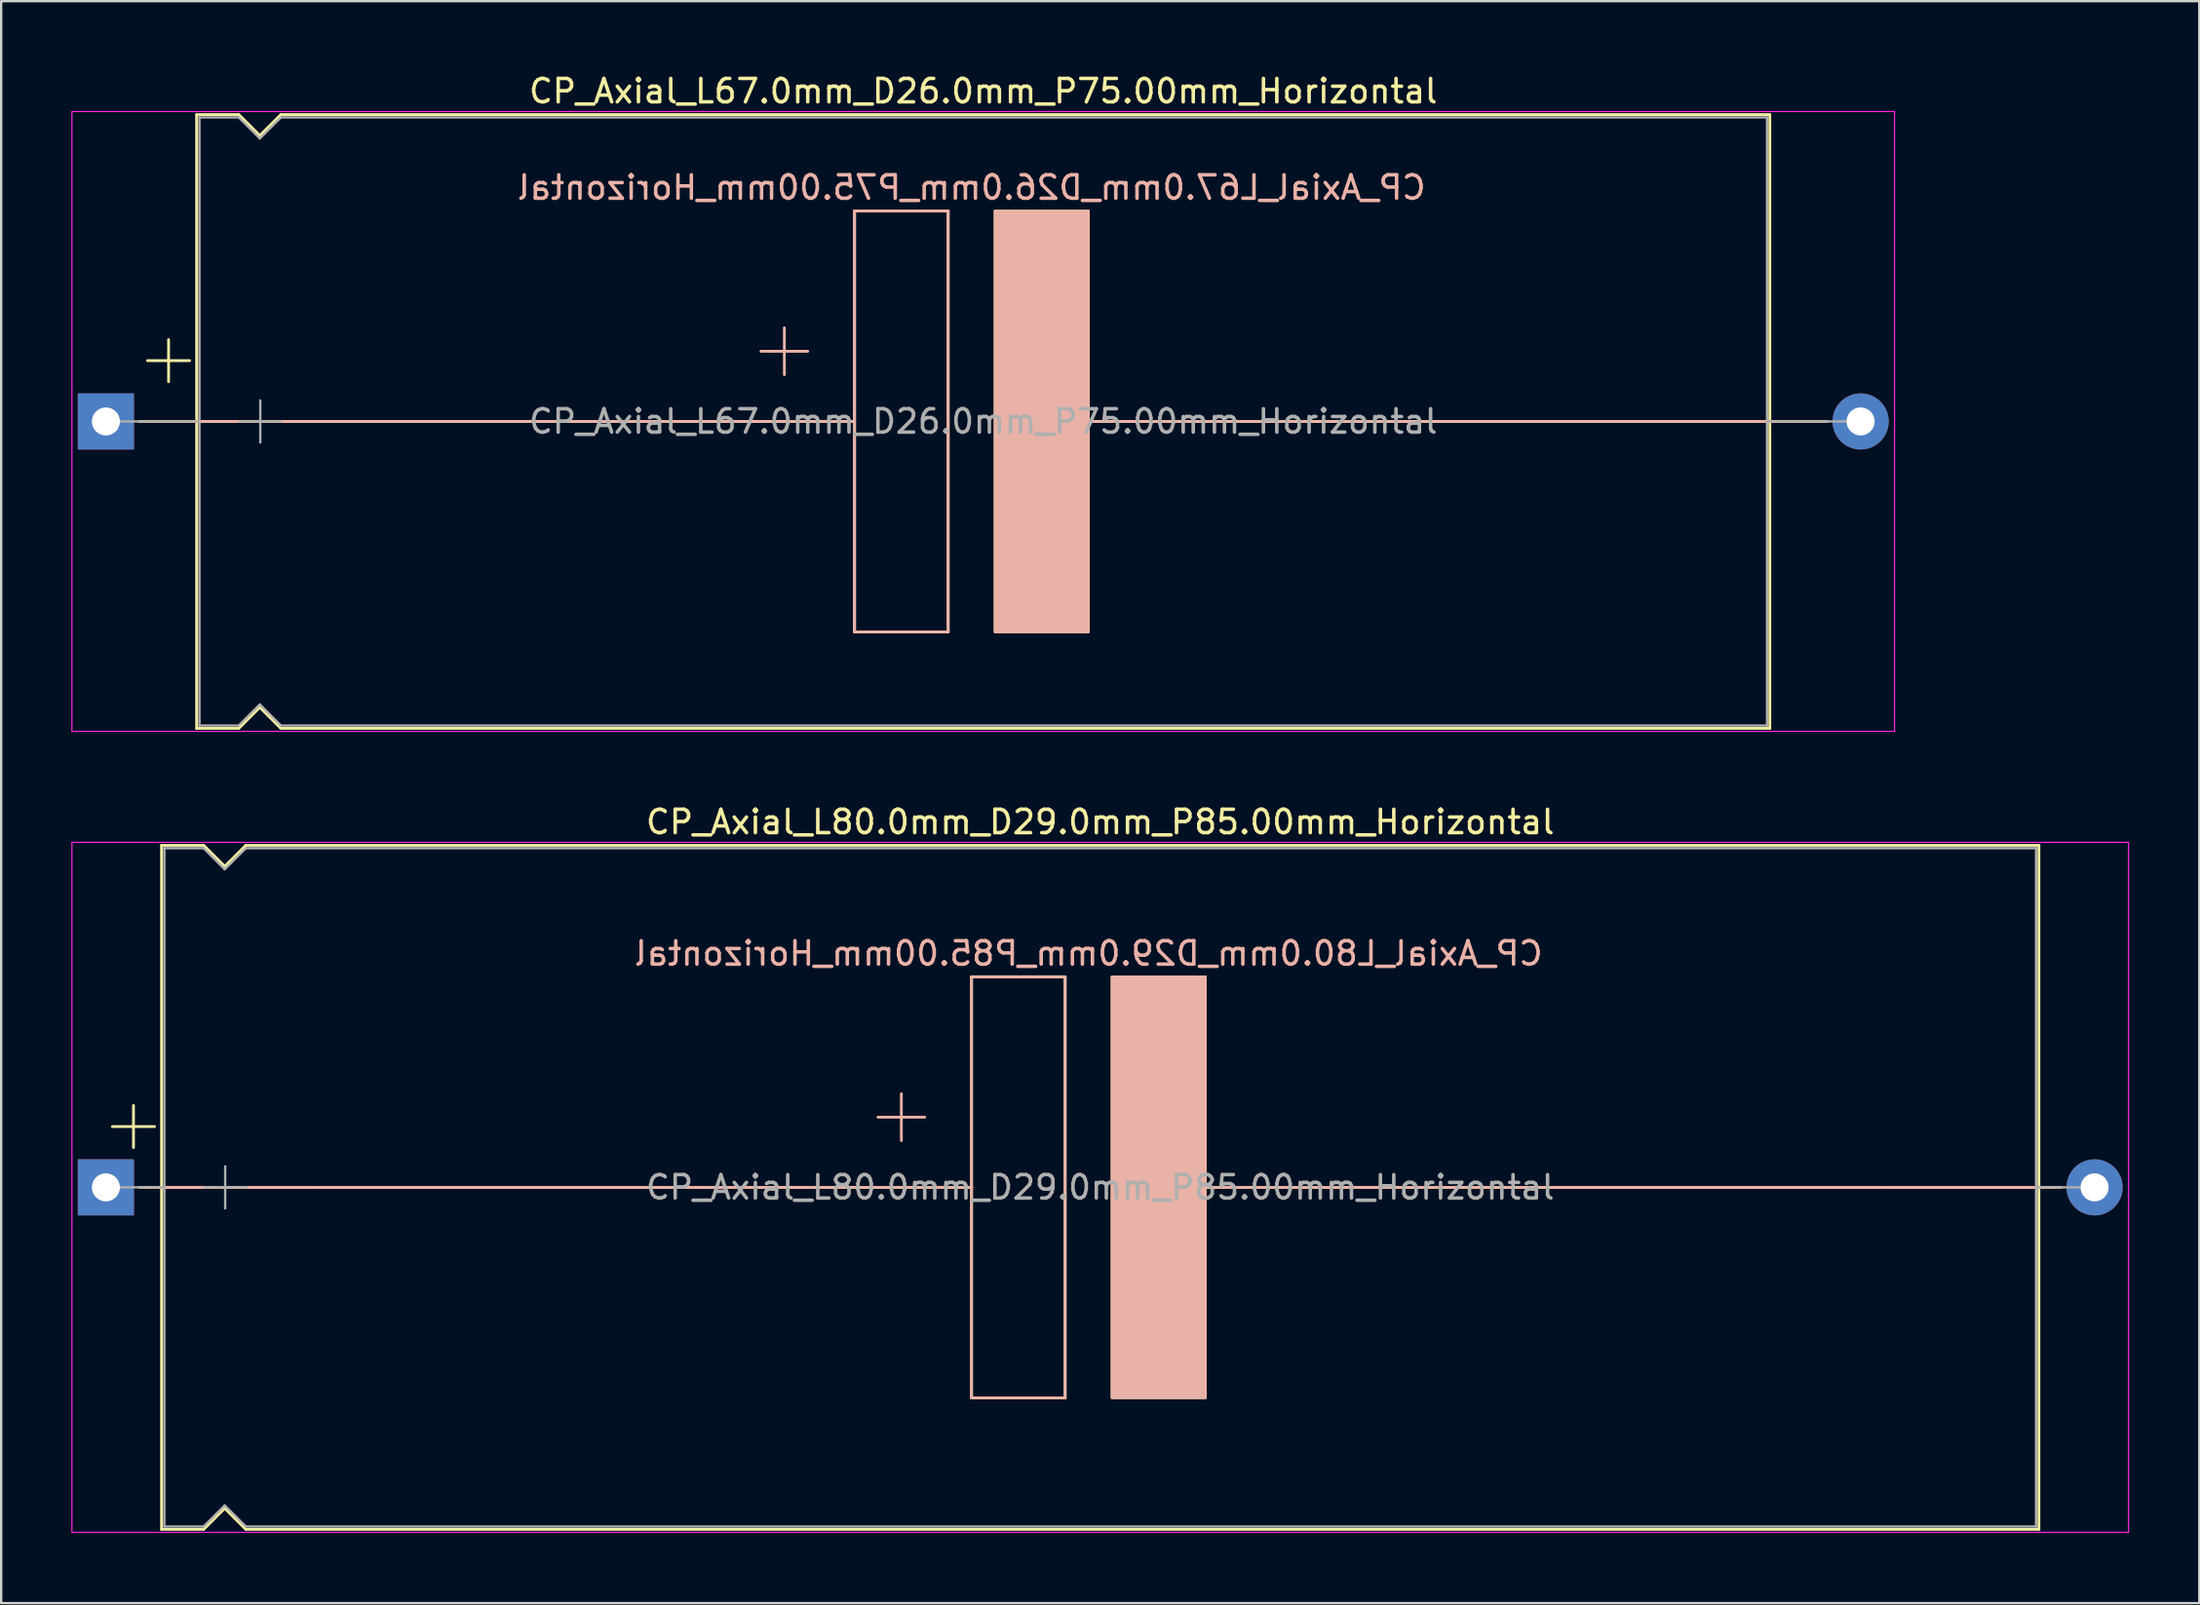
<source format=kicad_pcb>
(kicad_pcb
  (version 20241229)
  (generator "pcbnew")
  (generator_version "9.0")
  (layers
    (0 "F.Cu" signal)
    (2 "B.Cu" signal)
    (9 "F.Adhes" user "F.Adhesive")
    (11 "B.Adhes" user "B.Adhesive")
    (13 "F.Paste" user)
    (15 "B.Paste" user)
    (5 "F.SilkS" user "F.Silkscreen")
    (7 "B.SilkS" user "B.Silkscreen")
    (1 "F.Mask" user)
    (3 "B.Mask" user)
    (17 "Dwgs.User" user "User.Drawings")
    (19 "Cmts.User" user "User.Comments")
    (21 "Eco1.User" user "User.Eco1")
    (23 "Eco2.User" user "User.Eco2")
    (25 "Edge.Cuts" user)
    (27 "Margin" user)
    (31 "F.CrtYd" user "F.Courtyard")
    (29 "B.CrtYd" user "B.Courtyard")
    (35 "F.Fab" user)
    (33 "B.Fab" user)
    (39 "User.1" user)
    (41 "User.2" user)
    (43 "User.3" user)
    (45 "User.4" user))
  (footprint "CP_Axial_L67.0mm_D26.0mm_P75.00mm_Horizontal"
    (layer "F.Cu")
    (at 1.475 14.968)
    (property "Reference" "CP_Axial_L67.0mm_D26.0mm_P75.00mm_Horizontal" (at 37.5 -14.12 0) (layer "F.SilkS") (effects (font (size 1 1) (thickness 0.15))))
    (fp_line (start 1.44 0) (end 3.88 0) (stroke (width 0.12) (type solid)) (layer "F.SilkS"))
    (fp_line (start 1.78 -2.6) (end 3.58 -2.6) (stroke (width 0.12) (type solid)) (layer "F.SilkS"))
    (fp_line (start 2.68 -3.5) (end 2.68 -1.7) (stroke (width 0.12) (type solid)) (layer "F.SilkS"))
    (fp_line (start 3.88 -13.12) (end 3.88 13.12) (stroke (width 0.12) (type solid)) (layer "F.SilkS"))
    (fp_line (start 3.88 -13.12) (end 5.68 -13.12) (stroke (width 0.12) (type solid)) (layer "F.SilkS"))
    (fp_line (start 3.88 0) (end 32 0) (stroke (width 0.12) (type solid)) (layer "F.SilkS"))
    (fp_line (start 3.88 13.12) (end 5.68 13.12) (stroke (width 0.12) (type solid)) (layer "F.SilkS"))
    (fp_line (start 5.68 -13.12) (end 6.58 -12.22) (stroke (width 0.12) (type solid)) (layer "F.SilkS"))
    (fp_line (start 5.68 13.12) (end 6.58 12.22) (stroke (width 0.12) (type solid)) (layer "F.SilkS"))
    (fp_line (start 6.58 -12.22) (end 7.48 -13.12) (stroke (width 0.12) (type solid)) (layer "F.SilkS"))
    (fp_line (start 6.58 12.22) (end 7.48 13.12) (stroke (width 0.12) (type solid)) (layer "F.SilkS"))
    (fp_line (start 7.48 -13.12) (end 71.12 -13.12) (stroke (width 0.12) (type solid)) (layer "F.SilkS"))
    (fp_line (start 7.48 13.12) (end 71.12 13.12) (stroke (width 0.12) (type solid)) (layer "F.SilkS"))
    (fp_line (start 32 -9) (end 36 -9) (stroke (width 0.12) (type solid)) (layer "F.SilkS"))
    (fp_line (start 32 9) (end 32 -9) (stroke (width 0.12) (type solid)) (layer "F.SilkS"))
    (fp_line (start 36 -9) (end 36 9) (stroke (width 0.12) (type solid)) (layer "F.SilkS"))
    (fp_line (start 36 9) (end 32 9) (stroke (width 0.12) (type solid)) (layer "F.SilkS"))
    (fp_line (start 42 0) (end 71.12 0) (stroke (width 0.12) (type solid)) (layer "F.SilkS"))
    (fp_line (start 71.12 -13.12) (end 71.12 13.12) (stroke (width 0.12) (type solid)) (layer "F.SilkS"))
    (fp_line (start 73.56 0) (end 71.12 0) (stroke (width 0.12) (type solid)) (layer "F.SilkS"))
    (fp_poly (pts (xy 42 9) (xy 38 9) (xy 38 -9) (xy 42 -9)) (stroke (width 0.1) (type solid)) (fill yes) (layer "F.SilkS"))
    (fp_line (start 1.44 0) (end 3.88 0) (stroke (width 0.12) (type solid)) (layer "B.SilkS"))
    (fp_line (start 3.88 0) (end 32 0) (stroke (width 0.12) (type solid)) (layer "B.SilkS"))
    (fp_line (start 29 -2) (end 29 -4) (stroke (width 0.12) (type solid)) (layer "B.SilkS"))
    (fp_line (start 30 -3) (end 28 -3) (stroke (width 0.12) (type solid)) (layer "B.SilkS"))
    (fp_line (start 32 -9) (end 36 -9) (stroke (width 0.12) (type solid)) (layer "B.SilkS"))
    (fp_line (start 32 9) (end 32 -9) (stroke (width 0.12) (type solid)) (layer "B.SilkS"))
    (fp_line (start 36 -9) (end 36 9) (stroke (width 0.12) (type solid)) (layer "B.SilkS"))
    (fp_line (start 36 9) (end 32 9) (stroke (width 0.12) (type solid)) (layer "B.SilkS"))
    (fp_line (start 42 0) (end 71.12 0) (stroke (width 0.12) (type solid)) (layer "B.SilkS"))
    (fp_line (start 73.56 0) (end 71.12 0) (stroke (width 0.12) (type solid)) (layer "B.SilkS"))
    (fp_poly (pts (xy 42 9) (xy 38 9) (xy 38 -9) (xy 42 -9)) (stroke (width 0.1) (type solid)) (fill yes) (layer "B.SilkS"))
    (fp_line (start -1.45 -13.25) (end -1.45 13.25) (stroke (width 0.05) (type solid)) (layer "F.CrtYd"))
    (fp_line (start -1.45 13.25) (end 76.45 13.25) (stroke (width 0.05) (type solid)) (layer "F.CrtYd"))
    (fp_line (start 76.45 -13.25) (end -1.45 -13.25) (stroke (width 0.05) (type solid)) (layer "F.CrtYd"))
    (fp_line (start 76.45 13.25) (end 76.45 -13.25) (stroke (width 0.05) (type solid)) (layer "F.CrtYd"))
    (fp_line (start 0 0) (end 4 0) (stroke (width 0.1) (type solid)) (layer "F.Fab"))
    (fp_line (start 4 -13) (end 4 13) (stroke (width 0.1) (type solid)) (layer "F.Fab"))
    (fp_line (start 4 -13) (end 5.68 -13) (stroke (width 0.1) (type solid)) (layer "F.Fab"))
    (fp_line (start 4 13) (end 5.68 13) (stroke (width 0.1) (type solid)) (layer "F.Fab"))
    (fp_line (start 5.68 -13) (end 6.58 -12.1) (stroke (width 0.1) (type solid)) (layer "F.Fab"))
    (fp_line (start 5.68 13) (end 6.58 12.1) (stroke (width 0.1) (type solid)) (layer "F.Fab"))
    (fp_line (start 5.7 0) (end 7.5 0) (stroke (width 0.1) (type solid)) (layer "F.Fab"))
    (fp_line (start 6.58 -12.1) (end 7.48 -13) (stroke (width 0.1) (type solid)) (layer "F.Fab"))
    (fp_line (start 6.58 12.1) (end 7.48 13) (stroke (width 0.1) (type solid)) (layer "F.Fab"))
    (fp_line (start 6.6 -0.9) (end 6.6 0.9) (stroke (width 0.1) (type solid)) (layer "F.Fab"))
    (fp_line (start 7.48 -13) (end 71 -13) (stroke (width 0.1) (type solid)) (layer "F.Fab"))
    (fp_line (start 7.48 13) (end 71 13) (stroke (width 0.1) (type solid)) (layer "F.Fab"))
    (fp_line (start 71 -13) (end 71 13) (stroke (width 0.1) (type solid)) (layer "F.Fab"))
    (fp_line (start 75 0) (end 71 0) (stroke (width 0.1) (type solid)) (layer "F.Fab"))
    (fp_text user "${REFERENCE}" (at 37 -10 0) (layer "B.SilkS") (effects (font (size 1 1) (thickness 0.15)) (justify mirror)))
    (fp_text user "${REFERENCE}" (at 37.5 0 0) (layer "F.Fab") (effects (font (size 1 1) (thickness 0.15))))
    (pad "1" thru_hole rect (at 0 0) (size 2.4 2.4) (drill 1.2) (layers "*.Cu" "*.Mask"))
    (pad "2" thru_hole oval (at 75 0) (size 2.4 2.4) (drill 1.2) (layers "*.Cu" "*.Mask")))
  (footprint "CP_Axial_L80.0mm_D29.0mm_P85.00mm_Horizontal"
    (layer "F.Cu")
    (at 1.475 47.712)
    (property "Reference" "CP_Axial_L80.0mm_D29.0mm_P85.00mm_Horizontal" (at 42.5 -15.62 0) (layer "F.SilkS") (effects (font (size 1 1) (thickness 0.15))))
    (fp_line (start 0.28 -2.6) (end 2.08 -2.6) (stroke (width 0.12) (type solid)) (layer "F.SilkS"))
    (fp_line (start 1.18 -3.5) (end 1.18 -1.7) (stroke (width 0.12) (type solid)) (layer "F.SilkS"))
    (fp_line (start 1.44 0) (end 2.38 0) (stroke (width 0.12) (type solid)) (layer "F.SilkS"))
    (fp_line (start 2.38 -14.62) (end 2.38 14.62) (stroke (width 0.12) (type solid)) (layer "F.SilkS"))
    (fp_line (start 2.38 -14.62) (end 4.18 -14.62) (stroke (width 0.12) (type solid)) (layer "F.SilkS"))
    (fp_line (start 2.38 0) (end 37 0) (stroke (width 0.12) (type solid)) (layer "F.SilkS"))
    (fp_line (start 2.38 14.62) (end 4.18 14.62) (stroke (width 0.12) (type solid)) (layer "F.SilkS"))
    (fp_line (start 4.18 -14.62) (end 5.08 -13.72) (stroke (width 0.12) (type solid)) (layer "F.SilkS"))
    (fp_line (start 4.18 14.62) (end 5.08 13.72) (stroke (width 0.12) (type solid)) (layer "F.SilkS"))
    (fp_line (start 5.08 -13.72) (end 5.98 -14.62) (stroke (width 0.12) (type solid)) (layer "F.SilkS"))
    (fp_line (start 5.08 13.72) (end 5.98 14.62) (stroke (width 0.12) (type solid)) (layer "F.SilkS"))
    (fp_line (start 5.98 -14.62) (end 82.62 -14.62) (stroke (width 0.12) (type solid)) (layer "F.SilkS"))
    (fp_line (start 5.98 14.62) (end 82.62 14.62) (stroke (width 0.12) (type solid)) (layer "F.SilkS"))
    (fp_line (start 37 -9) (end 41 -9) (stroke (width 0.12) (type solid)) (layer "F.SilkS"))
    (fp_line (start 37 9) (end 37 -9) (stroke (width 0.12) (type solid)) (layer "F.SilkS"))
    (fp_line (start 41 -9) (end 41 9) (stroke (width 0.12) (type solid)) (layer "F.SilkS"))
    (fp_line (start 41 9) (end 37 9) (stroke (width 0.12) (type solid)) (layer "F.SilkS"))
    (fp_line (start 47 0) (end 82.614 0) (stroke (width 0.12) (type solid)) (layer "F.SilkS"))
    (fp_line (start 82.62 -14.62) (end 82.62 14.62) (stroke (width 0.12) (type solid)) (layer "F.SilkS"))
    (fp_line (start 83.56 0) (end 82.62 0) (stroke (width 0.12) (type solid)) (layer "F.SilkS"))
    (fp_poly (pts (xy 47 9) (xy 43 9) (xy 43 -9) (xy 47 -9)) (stroke (width 0.1) (type solid)) (fill yes) (layer "F.SilkS"))
    (fp_line (start 1.5 0) (end 8.88 0) (stroke (width 0.12) (type solid)) (layer "B.SilkS"))
    (fp_line (start 8.88 0) (end 37 0) (stroke (width 0.12) (type solid)) (layer "B.SilkS"))
    (fp_line (start 34 -2) (end 34 -4) (stroke (width 0.12) (type solid)) (layer "B.SilkS"))
    (fp_line (start 35 -3) (end 33 -3) (stroke (width 0.12) (type solid)) (layer "B.SilkS"))
    (fp_line (start 37 -9) (end 41 -9) (stroke (width 0.12) (type solid)) (layer "B.SilkS"))
    (fp_line (start 37 9) (end 37 -9) (stroke (width 0.12) (type solid)) (layer "B.SilkS"))
    (fp_line (start 41 -9) (end 41 9) (stroke (width 0.12) (type solid)) (layer "B.SilkS"))
    (fp_line (start 41 9) (end 37 9) (stroke (width 0.12) (type solid)) (layer "B.SilkS"))
    (fp_line (start 47 0) (end 76.12 0) (stroke (width 0.12) (type solid)) (layer "B.SilkS"))
    (fp_line (start 83.5 0) (end 76.12 0) (stroke (width 0.12) (type solid)) (layer "B.SilkS"))
    (fp_poly (pts (xy 47 9) (xy 43 9) (xy 43 -9) (xy 47 -9)) (stroke (width 0.1) (type solid)) (fill yes) (layer "B.SilkS"))
    (fp_line (start -1.45 -14.75) (end -1.45 14.75) (stroke (width 0.05) (type solid)) (layer "F.CrtYd"))
    (fp_line (start -1.45 14.75) (end 86.45 14.75) (stroke (width 0.05) (type solid)) (layer "F.CrtYd"))
    (fp_line (start 86.45 -14.75) (end -1.45 -14.75) (stroke (width 0.05) (type solid)) (layer "F.CrtYd"))
    (fp_line (start 86.45 14.75) (end 86.45 -14.75) (stroke (width 0.05) (type solid)) (layer "F.CrtYd"))
    (fp_line (start 0 0) (end 2.5 0) (stroke (width 0.1) (type solid)) (layer "F.Fab"))
    (fp_line (start 2.5 -14.5) (end 2.5 14.5) (stroke (width 0.1) (type solid)) (layer "F.Fab"))
    (fp_line (start 2.5 -14.5) (end 4.18 -14.5) (stroke (width 0.1) (type solid)) (layer "F.Fab"))
    (fp_line (start 2.5 14.5) (end 4.18 14.5) (stroke (width 0.1) (type solid)) (layer "F.Fab"))
    (fp_line (start 4.18 -14.5) (end 5.08 -13.6) (stroke (width 0.1) (type solid)) (layer "F.Fab"))
    (fp_line (start 4.18 14.5) (end 5.08 13.6) (stroke (width 0.1) (type solid)) (layer "F.Fab"))
    (fp_line (start 4.2 0) (end 6 0) (stroke (width 0.1) (type solid)) (layer "F.Fab"))
    (fp_line (start 5.08 -13.6) (end 5.98 -14.5) (stroke (width 0.1) (type solid)) (layer "F.Fab"))
    (fp_line (start 5.08 13.6) (end 5.98 14.5) (stroke (width 0.1) (type solid)) (layer "F.Fab"))
    (fp_line (start 5.1 -0.9) (end 5.1 0.9) (stroke (width 0.1) (type solid)) (layer "F.Fab"))
    (fp_line (start 5.98 -14.5) (end 82.5 -14.5) (stroke (width 0.1) (type solid)) (layer "F.Fab"))
    (fp_line (start 5.98 14.5) (end 82.5 14.5) (stroke (width 0.1) (type solid)) (layer "F.Fab"))
    (fp_line (start 82.5 -14.5) (end 82.5 14.5) (stroke (width 0.1) (type solid)) (layer "F.Fab"))
    (fp_line (start 85 0) (end 82.5 0) (stroke (width 0.1) (type solid)) (layer "F.Fab"))
    (fp_text user "${REFERENCE}" (at 42 -10 0) (layer "B.SilkS") (effects (font (size 1 1) (thickness 0.15)) (justify mirror)))
    (fp_text user "${REFERENCE}" (at 42.5 0 0) (layer "F.Fab") (effects (font (size 1 1) (thickness 0.15))))
    (pad "1" thru_hole rect (at 0 0) (size 2.4 2.4) (drill 1.2) (layers "*.Cu" "*.Mask"))
    (pad "2" thru_hole oval (at 85 0) (size 2.4 2.4) (drill 1.2) (layers "*.Cu" "*.Mask")))
  (gr_rect
    (start -3 -3)
    (end 90.95 65.487)
    (stroke (width 0.1) (type default))
    (fill no)
    (layer "Edge.Cuts")))
</source>
